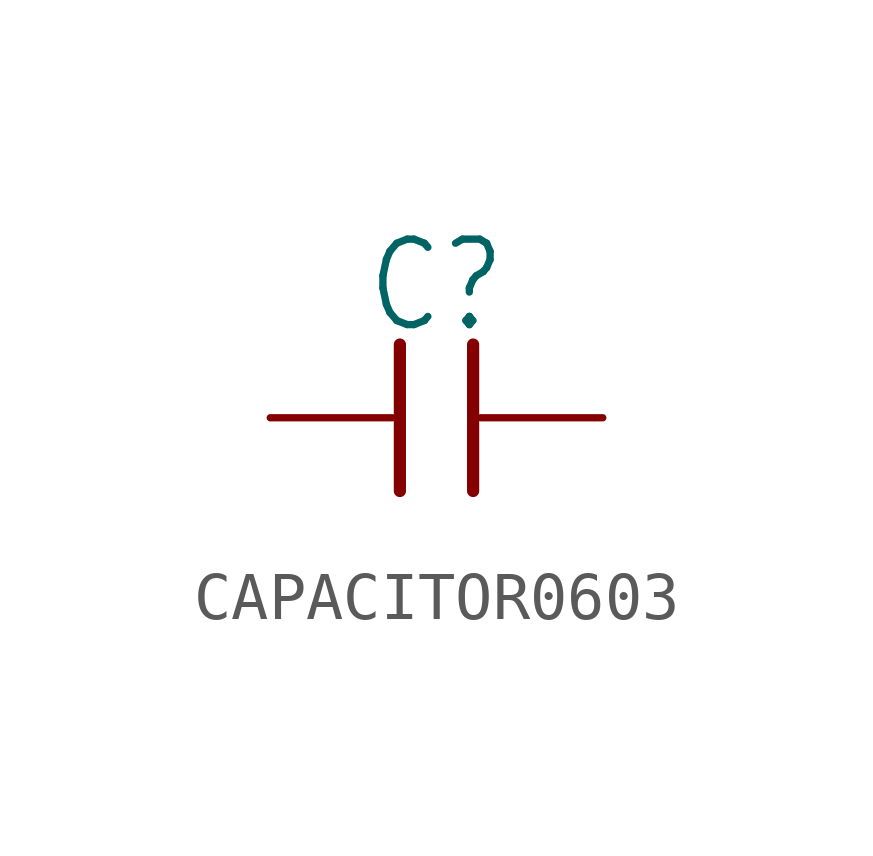
<source format=kicad_sym>
(kicad_symbol_lib
  (version 20241209)
  (generator "kicad_symbol_editor")
  (generator_version "9.0")
  (symbol "CAPACITOR0603"
    (property "Reference" "C"
      (at 0 1.714 0)
      (effects (font (size 1.778 1.511)) (justify bottom)))
    (property "Value" ""
      (at 0 -1.714 0)
      (effects (font (size 1.778 1.511)) (justify top)))
    (property "ki_locked" ""
      (at 0 0 0)
      (effects (font (size 1.27 1.27))))
    (symbol "CAPACITOR0603_1_0"
      (polyline (pts (xy -0.762 1.524) (xy -0.762 -1.524)) (stroke (width 0.254) (type solid)) (fill (type none)))
      (polyline (pts (xy 0.762 -1.524) (xy 0.762 1.524)) (stroke (width 0.254) (type solid)) (fill (type none)))
      (pin bidirectional line (at -3.46 0 0) (length 2.54) (name "P$1" (effects (font (size 0 0)))) (number "1" (effects (font (size 0 0)))))
      (pin bidirectional line (at 3.46 0 180) (length 2.54) (name "P$2" (effects (font (size 0 0)))) (number "2" (effects (font (size 0 0))))))))
</source>
